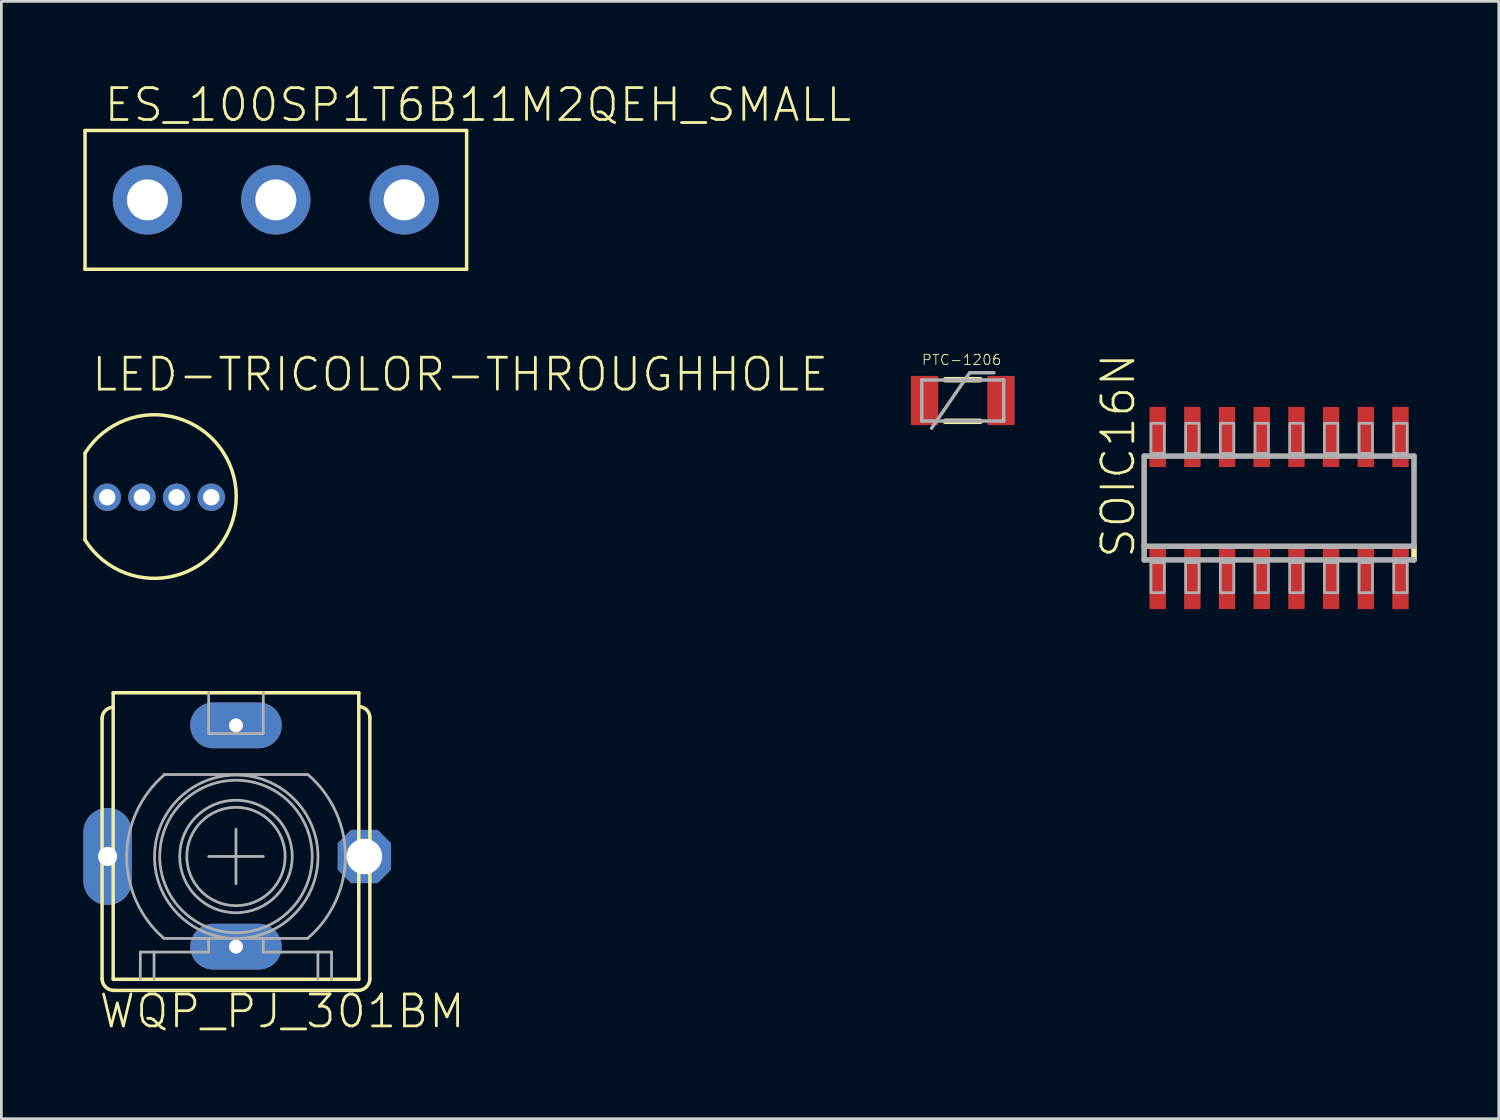
<source format=kicad_pcb>
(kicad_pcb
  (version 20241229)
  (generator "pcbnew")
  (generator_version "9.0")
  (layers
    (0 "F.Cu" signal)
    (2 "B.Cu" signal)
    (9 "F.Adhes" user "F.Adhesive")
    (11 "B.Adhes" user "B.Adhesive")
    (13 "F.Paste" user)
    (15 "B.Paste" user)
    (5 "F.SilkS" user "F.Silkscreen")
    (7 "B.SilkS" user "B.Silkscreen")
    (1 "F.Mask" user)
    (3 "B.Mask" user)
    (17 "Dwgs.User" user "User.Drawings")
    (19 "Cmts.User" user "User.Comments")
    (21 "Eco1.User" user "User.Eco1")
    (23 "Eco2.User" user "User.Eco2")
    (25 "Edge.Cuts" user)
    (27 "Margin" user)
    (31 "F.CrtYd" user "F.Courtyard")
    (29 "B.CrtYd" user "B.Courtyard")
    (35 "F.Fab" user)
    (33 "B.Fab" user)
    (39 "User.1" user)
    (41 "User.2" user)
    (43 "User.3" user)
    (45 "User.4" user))
  (footprint "WQP_PJ_301BM"
    (layer "F.Cu")
    (at 5.589 28.306)
    (property "Reference" "WQP_PJ_301BM" (at -5.08 6.35 0) (layer "F.SilkS") (effects (font (size 1.168 1.168) (thickness 0.102)) (justify left bottom)))
    (fp_line (start -4.902 4.47) (end -4.902 -5.055) (stroke (width 0.127) (type solid)) (layer "F.SilkS"))
    (fp_line (start -4.496 -5.994) (end 4.496 -5.994) (stroke (width 0.127) (type solid)) (layer "F.SilkS"))
    (fp_line (start -4.496 -5.461) (end -4.496 -5.994) (stroke (width 0.127) (type solid)) (layer "F.SilkS"))
    (fp_line (start -4.496 4.496) (end -4.496 -5.461) (stroke (width 0.127) (type solid)) (layer "F.SilkS"))
    (fp_line (start 4.47 4.902) (end -4.47 4.902) (stroke (width 0.127) (type solid)) (layer "F.SilkS"))
    (fp_line (start 4.496 -5.994) (end 4.496 -5.486) (stroke (width 0.127) (type solid)) (layer "F.SilkS"))
    (fp_line (start 4.496 -5.486) (end 4.496 4.496) (stroke (width 0.127) (type solid)) (layer "F.SilkS"))
    (fp_line (start 4.496 4.496) (end -4.496 4.496) (stroke (width 0.127) (type solid)) (layer "F.SilkS"))
    (fp_line (start 4.902 -5.08) (end 4.902 4.47) (stroke (width 0.127) (type solid)) (layer "F.SilkS"))
    (fp_arc (start -4.9022 -5.0546) (mid -4.783168 -5.341968) (end -4.4958 -5.461) (stroke (width 0.127) (type solid)) (layer "F.SilkS"))
    (fp_arc (start -4.4704 4.9022) (mid -4.775729 4.775729) (end -4.9022 4.4704) (stroke (width 0.127) (type solid)) (layer "F.SilkS"))
    (fp_arc (start 4.4958 -5.4864) (mid 4.783168 -5.367368) (end 4.9022 -5.08) (stroke (width 0.127) (type solid)) (layer "F.SilkS"))
    (fp_arc (start 4.9022 4.4704) (mid 4.775729 4.775729) (end 4.4704 4.9022) (stroke (width 0.127) (type solid)) (layer "F.SilkS"))
    (fp_line (start -3.505 4.496) (end -3.5 3.5) (stroke (width 0.102) (type solid)) (layer "F.Fab"))
    (fp_line (start -3.5 3.5) (end -3 3.5) (stroke (width 0.102) (type solid)) (layer "F.Fab"))
    (fp_line (start -3 3.5) (end -3 4.5) (stroke (width 0.102) (type solid)) (layer "F.Fab"))
    (fp_line (start -3 3.5) (end -1 3.5) (stroke (width 0.102) (type solid)) (layer "F.Fab"))
    (fp_line (start -2.631 -3) (end 2.62 -3) (stroke (width 0.102) (type solid)) (layer "F.Fab"))
    (fp_line (start -2.631 3) (end 2.62 3) (stroke (width 0.102) (type solid)) (layer "F.Fab"))
    (fp_line (start -1 -4.5) (end -1 -6) (stroke (width 0.102) (type solid)) (layer "F.Fab"))
    (fp_line (start -1 0) (end 1 0) (stroke (width 0.102) (type solid)) (layer "F.Fab"))
    (fp_line (start -1 3.5) (end -1 3) (stroke (width 0.102) (type solid)) (layer "F.Fab"))
    (fp_line (start 0 -1) (end 0 1) (stroke (width 0.102) (type solid)) (layer "F.Fab"))
    (fp_line (start 1 -6) (end 1 -4.5) (stroke (width 0.102) (type solid)) (layer "F.Fab"))
    (fp_line (start 1 -4.5) (end -1 -4.5) (stroke (width 0.102) (type solid)) (layer "F.Fab"))
    (fp_line (start 1 3) (end 1 3.5) (stroke (width 0.102) (type solid)) (layer "F.Fab"))
    (fp_line (start 1 3.5) (end 3 3.5) (stroke (width 0.102) (type solid)) (layer "F.Fab"))
    (fp_line (start 3 3.5) (end 3 4.5) (stroke (width 0.102) (type solid)) (layer "F.Fab"))
    (fp_line (start 3 3.5) (end 3.5 3.5) (stroke (width 0.102) (type solid)) (layer "F.Fab"))
    (fp_line (start 3.5 3.5) (end 3.5 4.5) (stroke (width 0.102) (type solid)) (layer "F.Fab"))
    (fp_arc (start -2.641998 2.994) (mid -3.999529 -0.012791) (end -2.608 -3.004) (stroke (width 0.1016) (type solid)) (layer "F.Fab"))
    (fp_arc (start 2.642 -2.994) (mid 4.007235 0.003208) (end 2.628 2.994) (stroke (width 0.1016) (type solid)) (layer "F.Fab"))
    (fp_circle (center 0 0) (end 1.8 0) (stroke (width 0.102) (type solid)) (fill no) (layer "F.Fab"))
    (fp_circle (center 0 0) (end 2.06 0) (stroke (width 0.102) (type solid)) (fill no) (layer "F.Fab"))
    (fp_circle (center 0 0) (end 2.791 0) (stroke (width 0.102) (type solid)) (fill no) (layer "F.Fab"))
    (fp_circle (center 0.01 0.01) (end 3.002 0.01) (stroke (width 0.102) (type solid)) (fill no) (layer "F.Fab"))
    (pad "GND" thru_hole oval (at -4.7 0 90) (size 3.556 1.778) (drill 0.7) (layers "*.Cu" "*.Mask"))
    (pad "GND2" thru_hole roundrect (at 4.7 0) (size 1.95 1.95) (drill 1.3) (layers "*.Cu" "*.Mask") (roundrect_rratio 0.25) (chamfer_ratio 0.25) (chamfer top_left top_right bottom_left bottom_right))
    (pad "SW" thru_hole oval (at 0 3.3) (size 3.353 1.676) (drill 0.508) (layers "*.Cu" "*.Mask"))
    (pad "TIP" thru_hole oval (at 0 -4.8) (size 3.353 1.676) (drill 0.508) (layers "*.Cu" "*.Mask")))
  (footprint "ES_100SP1T6B11M2QEH_SMALL"
    (layer "F.Cu")
    (at 7.048 4.267)
    (property "Reference" "ES_100SP1T6B11M2QEH_SMALL" (at -6.35 -2.794 0) (layer "F.SilkS") (effects (font (size 1.168 1.168) (thickness 0.102)) (justify left bottom)))
    (fp_line (start -6.985 -2.54) (end -6.985 2.54) (stroke (width 0.127) (type solid)) (layer "F.SilkS"))
    (fp_line (start -6.985 2.54) (end 6.985 2.54) (stroke (width 0.127) (type solid)) (layer "F.SilkS"))
    (fp_line (start 6.985 -2.54) (end -6.985 -2.54) (stroke (width 0.127) (type solid)) (layer "F.SilkS"))
    (fp_line (start 6.985 2.54) (end 6.985 -2.54) (stroke (width 0.127) (type solid)) (layer "F.SilkS"))
    (pad "O" thru_hole circle (at -4.699 0) (size 2.54 2.54) (drill 1.5) (layers "*.Cu" "*.Mask"))
    (pad "P" thru_hole circle (at 0 0) (size 2.54 2.54) (drill 1.5) (layers "*.Cu" "*.Mask"))
    (pad "S" thru_hole circle (at 4.699 0) (size 2.54 2.54) (drill 1.5) (layers "*.Cu" "*.Mask")))
  (footprint "SOIC16N"
    (layer "F.Cu")
    (at 43.777 15.548)
    (property "Reference" "SOIC16N" (at -5.207 1.905 90) (layer "F.SilkS") (effects (font (size 1.168 1.168) (thickness 0.102)) (justify left bottom)))
    (fp_line (start 4.94 1.4) (end 4.94 1.9) (stroke (width 0.203) (type solid)) (layer "F.SilkS"))
    (fp_line (start -4.94 -1.9) (end 4.94 -1.9) (stroke (width 0.203) (type solid)) (layer "F.Fab"))
    (fp_line (start -4.94 1.4) (end -4.94 -1.9) (stroke (width 0.203) (type solid)) (layer "F.Fab"))
    (fp_line (start -4.94 1.9) (end -4.94 1.4) (stroke (width 0.203) (type solid)) (layer "F.Fab"))
    (fp_line (start 4.94 -1.9) (end 4.94 1.4) (stroke (width 0.203) (type solid)) (layer "F.Fab"))
    (fp_line (start 4.94 1.4) (end -4.94 1.4) (stroke (width 0.203) (type solid)) (layer "F.Fab"))
    (fp_line (start 4.94 1.9) (end -4.94 1.9) (stroke (width 0.203) (type solid)) (layer "F.Fab"))
    (fp_poly (pts (xy -4.69 -2) (xy -4.2 -2) (xy -4.2 -3.1) (xy -4.69 -3.1)) (stroke (width 0.1) (type solid)) (fill no) (layer "F.Fab"))
    (fp_poly (pts (xy -4.69 3.1) (xy -4.2 3.1) (xy -4.2 2) (xy -4.69 2)) (stroke (width 0.1) (type solid)) (fill no) (layer "F.Fab"))
    (fp_poly (pts (xy -3.42 -2) (xy -2.93 -2) (xy -2.93 -3.1) (xy -3.42 -3.1)) (stroke (width 0.1) (type solid)) (fill no) (layer "F.Fab"))
    (fp_poly (pts (xy -3.42 3.1) (xy -2.93 3.1) (xy -2.93 2) (xy -3.42 2)) (stroke (width 0.1) (type solid)) (fill no) (layer "F.Fab"))
    (fp_poly (pts (xy -2.15 -2) (xy -1.66 -2) (xy -1.66 -3.1) (xy -2.15 -3.1)) (stroke (width 0.1) (type solid)) (fill no) (layer "F.Fab"))
    (fp_poly (pts (xy -2.15 3.1) (xy -1.66 3.1) (xy -1.66 2) (xy -2.15 2)) (stroke (width 0.1) (type solid)) (fill no) (layer "F.Fab"))
    (fp_poly (pts (xy -0.88 -2) (xy -0.39 -2) (xy -0.39 -3.1) (xy -0.88 -3.1)) (stroke (width 0.1) (type solid)) (fill no) (layer "F.Fab"))
    (fp_poly (pts (xy -0.88 3.1) (xy -0.39 3.1) (xy -0.39 2) (xy -0.88 2)) (stroke (width 0.1) (type solid)) (fill no) (layer "F.Fab"))
    (fp_poly (pts (xy 0.39 -2) (xy 0.88 -2) (xy 0.88 -3.1) (xy 0.39 -3.1)) (stroke (width 0.1) (type solid)) (fill no) (layer "F.Fab"))
    (fp_poly (pts (xy 0.39 3.1) (xy 0.88 3.1) (xy 0.88 2) (xy 0.39 2)) (stroke (width 0.1) (type solid)) (fill no) (layer "F.Fab"))
    (fp_poly (pts (xy 1.66 -2) (xy 2.15 -2) (xy 2.15 -3.1) (xy 1.66 -3.1)) (stroke (width 0.1) (type solid)) (fill no) (layer "F.Fab"))
    (fp_poly (pts (xy 1.66 3.1) (xy 2.15 3.1) (xy 2.15 2) (xy 1.66 2)) (stroke (width 0.1) (type solid)) (fill no) (layer "F.Fab"))
    (fp_poly (pts (xy 2.93 -2) (xy 3.42 -2) (xy 3.42 -3.1) (xy 2.93 -3.1)) (stroke (width 0.1) (type solid)) (fill no) (layer "F.Fab"))
    (fp_poly (pts (xy 2.93 3.1) (xy 3.42 3.1) (xy 3.42 2) (xy 2.93 2)) (stroke (width 0.1) (type solid)) (fill no) (layer "F.Fab"))
    (fp_poly (pts (xy 4.2 -2) (xy 4.69 -2) (xy 4.69 -3.1) (xy 4.2 -3.1)) (stroke (width 0.1) (type solid)) (fill no) (layer "F.Fab"))
    (fp_poly (pts (xy 4.2 3.1) (xy 4.69 3.1) (xy 4.69 2) (xy 4.2 2)) (stroke (width 0.1) (type solid)) (fill no) (layer "F.Fab"))
    (pad "1" smd rect (at -4.445 2.6) (size 0.6 2.2) (layers "F.Cu" "F.Mask" "F.Paste"))
    (pad "2" smd rect (at -3.175 2.6) (size 0.6 2.2) (layers "F.Cu" "F.Mask" "F.Paste"))
    (pad "3" smd rect (at -1.905 2.6) (size 0.6 2.2) (layers "F.Cu" "F.Mask" "F.Paste"))
    (pad "4" smd rect (at -0.635 2.6) (size 0.6 2.2) (layers "F.Cu" "F.Mask" "F.Paste"))
    (pad "5" smd rect (at 0.635 2.6) (size 0.6 2.2) (layers "F.Cu" "F.Mask" "F.Paste"))
    (pad "6" smd rect (at 1.905 2.6) (size 0.6 2.2) (layers "F.Cu" "F.Mask" "F.Paste"))
    (pad "7" smd rect (at 3.175 2.6) (size 0.6 2.2) (layers "F.Cu" "F.Mask" "F.Paste"))
    (pad "8" smd rect (at 4.445 2.6) (size 0.6 2.2) (layers "F.Cu" "F.Mask" "F.Paste"))
    (pad "9" smd rect (at 4.445 -2.6) (size 0.6 2.2) (layers "F.Cu" "F.Mask" "F.Paste"))
    (pad "10" smd rect (at 3.175 -2.6) (size 0.6 2.2) (layers "F.Cu" "F.Mask" "F.Paste"))
    (pad "11" smd rect (at 1.905 -2.6) (size 0.6 2.2) (layers "F.Cu" "F.Mask" "F.Paste"))
    (pad "12" smd rect (at 0.635 -2.6) (size 0.6 2.2) (layers "F.Cu" "F.Mask" "F.Paste"))
    (pad "13" smd rect (at -0.635 -2.6) (size 0.6 2.2) (layers "F.Cu" "F.Mask" "F.Paste"))
    (pad "14" smd rect (at -1.905 -2.6) (size 0.6 2.2) (layers "F.Cu" "F.Mask" "F.Paste"))
    (pad "15" smd rect (at -3.175 -2.6) (size 0.6 2.2) (layers "F.Cu" "F.Mask" "F.Paste"))
    (pad "16" smd rect (at -4.445 -2.6) (size 0.6 2.2) (layers "F.Cu" "F.Mask" "F.Paste")))
  (footprint "PTC-1206"
    (layer "F.Cu")
    (at 32.197 11.612)
    (property "Reference" "PTC-1206" (at -1.524 -1.27 0) (layer "F.SilkS") (effects (font (size 0.374 0.374) (thickness 0.033)) (justify left bottom)))
    (fp_line (start -0.635 -0.762) (end 0.635 -0.762) (stroke (width 0.203) (type solid)) (layer "F.SilkS"))
    (fp_line (start 0.635 0.762) (end -0.635 0.762) (stroke (width 0.203) (type solid)) (layer "F.SilkS"))
    (fp_line (start -1.5 -0.75) (end 1.5 -0.75) (stroke (width 0.127) (type solid)) (layer "F.Fab"))
    (fp_line (start -1.5 0.75) (end -1.5 -0.75) (stroke (width 0.127) (type solid)) (layer "F.Fab"))
    (fp_line (start -1.143 1.016) (end 0.254 -1.016) (stroke (width 0.127) (type solid)) (layer "F.Fab"))
    (fp_line (start 0.254 -1.016) (end 1.143 -1.016) (stroke (width 0.127) (type solid)) (layer "F.Fab"))
    (fp_line (start 1.5 -0.75) (end 1.5 0.75) (stroke (width 0.127) (type solid)) (layer "F.Fab"))
    (fp_line (start 1.5 0.75) (end -1.5 0.75) (stroke (width 0.127) (type solid)) (layer "F.Fab"))
    (pad "1" smd rect (at -1.4 0) (size 1 1.8) (layers "F.Cu" "F.Mask" "F.Paste"))
    (pad "2" smd rect (at 1.4 0) (size 1 1.8) (layers "F.Cu" "F.Mask" "F.Paste")))
  (footprint "LED-TRICOLOR-THROUGHHOLE"
    (layer "F.Cu")
    (at 2.781 15.154)
    (property "Reference" "LED-TRICOLOR-THROUGHHOLE" (at -2.54 -3.81 0) (layer "F.SilkS") (effects (font (size 1.168 1.168) (thickness 0.102)) (justify left bottom)))
    (fp_line (start -2.718 -1.613) (end -2.718 1.562) (stroke (width 0.127) (type solid)) (layer "F.SilkS"))
    (fp_arc (start -2.7178 -1.6129) (mid 2.817491 -0.025401) (end -2.717799 1.562101) (stroke (width 0.127) (type solid)) (layer "F.SilkS"))
    (pad "BLU" thru_hole circle (at 0.635 0 90) (size 1.006 1.006) (drill 0.6) (layers "*.Cu" "*.Mask"))
    (pad "GND" thru_hole circle (at -0.635 0 90) (size 1.006 1.006) (drill 0.6) (layers "*.Cu" "*.Mask"))
    (pad "GRN" thru_hole circle (at 1.905 0 90) (size 1.006 1.006) (drill 0.6) (layers "*.Cu" "*.Mask"))
    (pad "RED" thru_hole circle (at -1.905 0 270) (size 1.006 1.006) (drill 0.6) (layers "*.Cu" "*.Mask")))
  (gr_rect
    (start -3 -3)
    (end 51.819 37.906)
    (stroke (width 0.1) (type default))
    (fill no)
    (layer "Edge.Cuts")))
</source>
